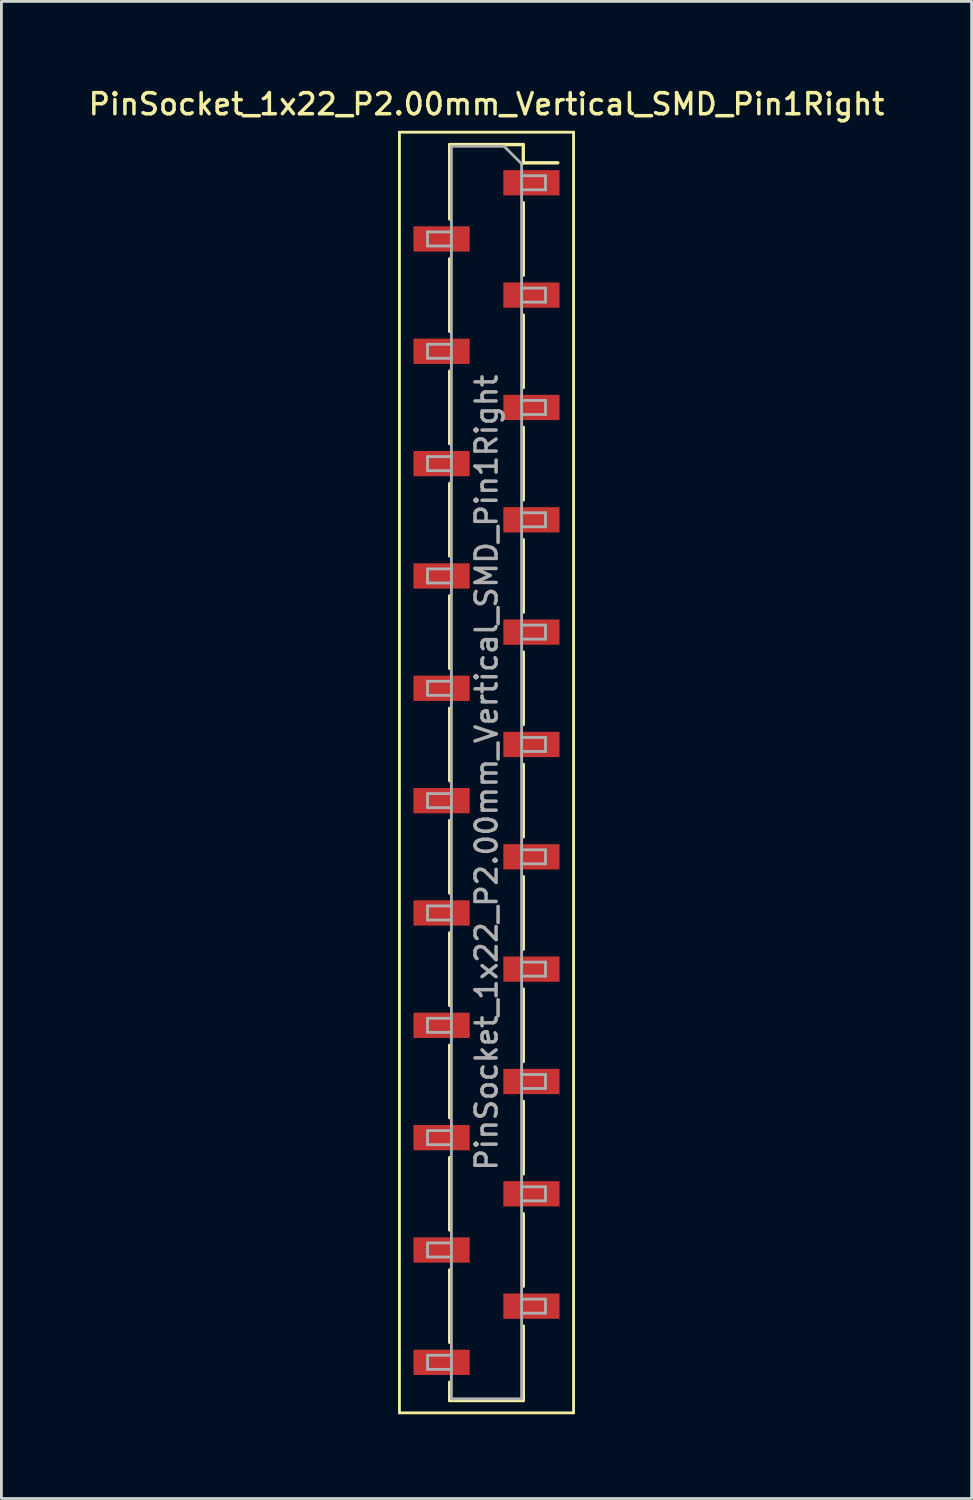
<source format=kicad_pcb>
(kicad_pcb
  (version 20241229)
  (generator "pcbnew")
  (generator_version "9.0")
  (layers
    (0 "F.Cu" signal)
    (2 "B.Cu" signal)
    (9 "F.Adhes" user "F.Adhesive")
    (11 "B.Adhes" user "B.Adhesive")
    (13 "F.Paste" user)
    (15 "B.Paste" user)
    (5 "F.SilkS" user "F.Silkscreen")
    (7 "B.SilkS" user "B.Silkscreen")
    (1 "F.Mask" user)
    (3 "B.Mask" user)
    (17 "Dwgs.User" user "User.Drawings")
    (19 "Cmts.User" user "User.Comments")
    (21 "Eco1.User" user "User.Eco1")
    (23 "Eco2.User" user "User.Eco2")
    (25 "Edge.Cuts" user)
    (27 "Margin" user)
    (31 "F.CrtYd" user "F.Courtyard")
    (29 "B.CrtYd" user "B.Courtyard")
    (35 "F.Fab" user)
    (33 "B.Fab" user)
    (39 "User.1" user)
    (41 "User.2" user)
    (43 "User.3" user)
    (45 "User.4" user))
  (footprint "PinSocket_1x22_P2.00mm_Vertical_SMD_Pin1Right"
    (layer "F.Cu")
    (at 14.273 24.458)
    (property "Reference" "PinSocket_1x22_P2.00mm_Vertical_SMD_Pin1Right" (at 0 -23.8 0) (layer "F.SilkS") (effects (font (size 0.75 0.75) (thickness 0.125))))
    (attr smd)
    (fp_line (start -3.1 -22.8) (end 3.1 -22.8) (stroke (width 0.1) (type solid)) (layer "F.SilkS"))
    (fp_line (start -3.1 22.8) (end -3.1 -22.8) (stroke (width 0.1) (type solid)) (layer "F.SilkS"))
    (fp_line (start -1.31 -22.36) (end -1.31 -19.71) (stroke (width 0.12) (type solid)) (layer "F.SilkS"))
    (fp_line (start -1.31 -22.36) (end 1.31 -22.36) (stroke (width 0.12) (type solid)) (layer "F.SilkS"))
    (fp_line (start -1.31 -18.29) (end -1.31 -15.71) (stroke (width 0.12) (type solid)) (layer "F.SilkS"))
    (fp_line (start -1.31 -14.29) (end -1.31 -11.71) (stroke (width 0.12) (type solid)) (layer "F.SilkS"))
    (fp_line (start -1.31 -10.29) (end -1.31 -7.71) (stroke (width 0.12) (type solid)) (layer "F.SilkS"))
    (fp_line (start -1.31 -6.29) (end -1.31 -3.71) (stroke (width 0.12) (type solid)) (layer "F.SilkS"))
    (fp_line (start -1.31 -2.29) (end -1.31 0.29) (stroke (width 0.12) (type solid)) (layer "F.SilkS"))
    (fp_line (start -1.31 1.71) (end -1.31 4.29) (stroke (width 0.12) (type solid)) (layer "F.SilkS"))
    (fp_line (start -1.31 5.71) (end -1.31 8.29) (stroke (width 0.12) (type solid)) (layer "F.SilkS"))
    (fp_line (start -1.31 9.71) (end -1.31 12.29) (stroke (width 0.12) (type solid)) (layer "F.SilkS"))
    (fp_line (start -1.31 13.71) (end -1.31 16.29) (stroke (width 0.12) (type solid)) (layer "F.SilkS"))
    (fp_line (start -1.31 17.71) (end -1.31 20.29) (stroke (width 0.12) (type solid)) (layer "F.SilkS"))
    (fp_line (start -1.31 21.71) (end -1.31 22.36) (stroke (width 0.12) (type solid)) (layer "F.SilkS"))
    (fp_line (start -1.31 22.36) (end 1.31 22.36) (stroke (width 0.12) (type solid)) (layer "F.SilkS"))
    (fp_line (start 1.31 -22.36) (end 1.31 -21.71) (stroke (width 0.12) (type solid)) (layer "F.SilkS"))
    (fp_line (start 1.31 -21.71) (end 2.54 -21.71) (stroke (width 0.12) (type solid)) (layer "F.SilkS"))
    (fp_line (start 1.31 -20.29) (end 1.31 -17.71) (stroke (width 0.12) (type solid)) (layer "F.SilkS"))
    (fp_line (start 1.31 -16.29) (end 1.31 -13.71) (stroke (width 0.12) (type solid)) (layer "F.SilkS"))
    (fp_line (start 1.31 -12.29) (end 1.31 -9.71) (stroke (width 0.12) (type solid)) (layer "F.SilkS"))
    (fp_line (start 1.31 -8.29) (end 1.31 -5.71) (stroke (width 0.12) (type solid)) (layer "F.SilkS"))
    (fp_line (start 1.31 -4.29) (end 1.31 -1.71) (stroke (width 0.12) (type solid)) (layer "F.SilkS"))
    (fp_line (start 1.31 -0.29) (end 1.31 2.29) (stroke (width 0.12) (type solid)) (layer "F.SilkS"))
    (fp_line (start 1.31 3.71) (end 1.31 6.29) (stroke (width 0.12) (type solid)) (layer "F.SilkS"))
    (fp_line (start 1.31 7.71) (end 1.31 10.29) (stroke (width 0.12) (type solid)) (layer "F.SilkS"))
    (fp_line (start 1.31 11.71) (end 1.31 14.29) (stroke (width 0.12) (type solid)) (layer "F.SilkS"))
    (fp_line (start 1.31 15.71) (end 1.31 18.29) (stroke (width 0.12) (type solid)) (layer "F.SilkS"))
    (fp_line (start 1.31 19.71) (end 1.31 22.36) (stroke (width 0.12) (type solid)) (layer "F.SilkS"))
    (fp_line (start 3.1 -22.8) (end 3.1 22.8) (stroke (width 0.1) (type solid)) (layer "F.SilkS"))
    (fp_line (start 3.1 22.8) (end -3.1 22.8) (stroke (width 0.1) (type solid)) (layer "F.SilkS"))
    (fp_line (start -2.1 -19.25) (end -1.25 -19.25) (stroke (width 0.1) (type solid)) (layer "F.Fab"))
    (fp_line (start -2.1 -18.75) (end -2.1 -19.25) (stroke (width 0.1) (type solid)) (layer "F.Fab"))
    (fp_line (start -2.1 -15.25) (end -1.25 -15.25) (stroke (width 0.1) (type solid)) (layer "F.Fab"))
    (fp_line (start -2.1 -14.75) (end -2.1 -15.25) (stroke (width 0.1) (type solid)) (layer "F.Fab"))
    (fp_line (start -2.1 -11.25) (end -1.25 -11.25) (stroke (width 0.1) (type solid)) (layer "F.Fab"))
    (fp_line (start -2.1 -10.75) (end -2.1 -11.25) (stroke (width 0.1) (type solid)) (layer "F.Fab"))
    (fp_line (start -2.1 -7.25) (end -1.25 -7.25) (stroke (width 0.1) (type solid)) (layer "F.Fab"))
    (fp_line (start -2.1 -6.75) (end -2.1 -7.25) (stroke (width 0.1) (type solid)) (layer "F.Fab"))
    (fp_line (start -2.1 -3.25) (end -1.25 -3.25) (stroke (width 0.1) (type solid)) (layer "F.Fab"))
    (fp_line (start -2.1 -2.75) (end -2.1 -3.25) (stroke (width 0.1) (type solid)) (layer "F.Fab"))
    (fp_line (start -2.1 0.75) (end -1.25 0.75) (stroke (width 0.1) (type solid)) (layer "F.Fab"))
    (fp_line (start -2.1 1.25) (end -2.1 0.75) (stroke (width 0.1) (type solid)) (layer "F.Fab"))
    (fp_line (start -2.1 4.75) (end -1.25 4.75) (stroke (width 0.1) (type solid)) (layer "F.Fab"))
    (fp_line (start -2.1 5.25) (end -2.1 4.75) (stroke (width 0.1) (type solid)) (layer "F.Fab"))
    (fp_line (start -2.1 8.75) (end -1.25 8.75) (stroke (width 0.1) (type solid)) (layer "F.Fab"))
    (fp_line (start -2.1 9.25) (end -2.1 8.75) (stroke (width 0.1) (type solid)) (layer "F.Fab"))
    (fp_line (start -2.1 12.75) (end -1.25 12.75) (stroke (width 0.1) (type solid)) (layer "F.Fab"))
    (fp_line (start -2.1 13.25) (end -2.1 12.75) (stroke (width 0.1) (type solid)) (layer "F.Fab"))
    (fp_line (start -2.1 16.75) (end -1.25 16.75) (stroke (width 0.1) (type solid)) (layer "F.Fab"))
    (fp_line (start -2.1 17.25) (end -2.1 16.75) (stroke (width 0.1) (type solid)) (layer "F.Fab"))
    (fp_line (start -2.1 20.75) (end -1.25 20.75) (stroke (width 0.1) (type solid)) (layer "F.Fab"))
    (fp_line (start -2.1 21.25) (end -2.1 20.75) (stroke (width 0.1) (type solid)) (layer "F.Fab"))
    (fp_line (start -1.25 -22.3) (end 0.625 -22.3) (stroke (width 0.1) (type solid)) (layer "F.Fab"))
    (fp_line (start -1.25 -18.75) (end -2.1 -18.75) (stroke (width 0.1) (type solid)) (layer "F.Fab"))
    (fp_line (start -1.25 -14.75) (end -2.1 -14.75) (stroke (width 0.1) (type solid)) (layer "F.Fab"))
    (fp_line (start -1.25 -10.75) (end -2.1 -10.75) (stroke (width 0.1) (type solid)) (layer "F.Fab"))
    (fp_line (start -1.25 -6.75) (end -2.1 -6.75) (stroke (width 0.1) (type solid)) (layer "F.Fab"))
    (fp_line (start -1.25 -2.75) (end -2.1 -2.75) (stroke (width 0.1) (type solid)) (layer "F.Fab"))
    (fp_line (start -1.25 1.25) (end -2.1 1.25) (stroke (width 0.1) (type solid)) (layer "F.Fab"))
    (fp_line (start -1.25 5.25) (end -2.1 5.25) (stroke (width 0.1) (type solid)) (layer "F.Fab"))
    (fp_line (start -1.25 9.25) (end -2.1 9.25) (stroke (width 0.1) (type solid)) (layer "F.Fab"))
    (fp_line (start -1.25 13.25) (end -2.1 13.25) (stroke (width 0.1) (type solid)) (layer "F.Fab"))
    (fp_line (start -1.25 17.25) (end -2.1 17.25) (stroke (width 0.1) (type solid)) (layer "F.Fab"))
    (fp_line (start -1.25 21.25) (end -2.1 21.25) (stroke (width 0.1) (type solid)) (layer "F.Fab"))
    (fp_line (start -1.25 22.3) (end -1.25 -22.3) (stroke (width 0.1) (type solid)) (layer "F.Fab"))
    (fp_line (start 0.625 -22.3) (end 1.25 -21.675) (stroke (width 0.1) (type solid)) (layer "F.Fab"))
    (fp_line (start 1.25 -21.675) (end 1.25 22.3) (stroke (width 0.1) (type solid)) (layer "F.Fab"))
    (fp_line (start 1.25 -21.25) (end 2.1 -21.25) (stroke (width 0.1) (type solid)) (layer "F.Fab"))
    (fp_line (start 1.25 -17.25) (end 2.1 -17.25) (stroke (width 0.1) (type solid)) (layer "F.Fab"))
    (fp_line (start 1.25 -13.25) (end 2.1 -13.25) (stroke (width 0.1) (type solid)) (layer "F.Fab"))
    (fp_line (start 1.25 -9.25) (end 2.1 -9.25) (stroke (width 0.1) (type solid)) (layer "F.Fab"))
    (fp_line (start 1.25 -5.25) (end 2.1 -5.25) (stroke (width 0.1) (type solid)) (layer "F.Fab"))
    (fp_line (start 1.25 -1.25) (end 2.1 -1.25) (stroke (width 0.1) (type solid)) (layer "F.Fab"))
    (fp_line (start 1.25 2.75) (end 2.1 2.75) (stroke (width 0.1) (type solid)) (layer "F.Fab"))
    (fp_line (start 1.25 6.75) (end 2.1 6.75) (stroke (width 0.1) (type solid)) (layer "F.Fab"))
    (fp_line (start 1.25 10.75) (end 2.1 10.75) (stroke (width 0.1) (type solid)) (layer "F.Fab"))
    (fp_line (start 1.25 14.75) (end 2.1 14.75) (stroke (width 0.1) (type solid)) (layer "F.Fab"))
    (fp_line (start 1.25 18.75) (end 2.1 18.75) (stroke (width 0.1) (type solid)) (layer "F.Fab"))
    (fp_line (start 1.25 22.3) (end -1.25 22.3) (stroke (width 0.1) (type solid)) (layer "F.Fab"))
    (fp_line (start 2.1 -21.25) (end 2.1 -20.75) (stroke (width 0.1) (type solid)) (layer "F.Fab"))
    (fp_line (start 2.1 -20.75) (end 1.25 -20.75) (stroke (width 0.1) (type solid)) (layer "F.Fab"))
    (fp_line (start 2.1 -17.25) (end 2.1 -16.75) (stroke (width 0.1) (type solid)) (layer "F.Fab"))
    (fp_line (start 2.1 -16.75) (end 1.25 -16.75) (stroke (width 0.1) (type solid)) (layer "F.Fab"))
    (fp_line (start 2.1 -13.25) (end 2.1 -12.75) (stroke (width 0.1) (type solid)) (layer "F.Fab"))
    (fp_line (start 2.1 -12.75) (end 1.25 -12.75) (stroke (width 0.1) (type solid)) (layer "F.Fab"))
    (fp_line (start 2.1 -9.25) (end 2.1 -8.75) (stroke (width 0.1) (type solid)) (layer "F.Fab"))
    (fp_line (start 2.1 -8.75) (end 1.25 -8.75) (stroke (width 0.1) (type solid)) (layer "F.Fab"))
    (fp_line (start 2.1 -5.25) (end 2.1 -4.75) (stroke (width 0.1) (type solid)) (layer "F.Fab"))
    (fp_line (start 2.1 -4.75) (end 1.25 -4.75) (stroke (width 0.1) (type solid)) (layer "F.Fab"))
    (fp_line (start 2.1 -1.25) (end 2.1 -0.75) (stroke (width 0.1) (type solid)) (layer "F.Fab"))
    (fp_line (start 2.1 -0.75) (end 1.25 -0.75) (stroke (width 0.1) (type solid)) (layer "F.Fab"))
    (fp_line (start 2.1 2.75) (end 2.1 3.25) (stroke (width 0.1) (type solid)) (layer "F.Fab"))
    (fp_line (start 2.1 3.25) (end 1.25 3.25) (stroke (width 0.1) (type solid)) (layer "F.Fab"))
    (fp_line (start 2.1 6.75) (end 2.1 7.25) (stroke (width 0.1) (type solid)) (layer "F.Fab"))
    (fp_line (start 2.1 7.25) (end 1.25 7.25) (stroke (width 0.1) (type solid)) (layer "F.Fab"))
    (fp_line (start 2.1 10.75) (end 2.1 11.25) (stroke (width 0.1) (type solid)) (layer "F.Fab"))
    (fp_line (start 2.1 11.25) (end 1.25 11.25) (stroke (width 0.1) (type solid)) (layer "F.Fab"))
    (fp_line (start 2.1 14.75) (end 2.1 15.25) (stroke (width 0.1) (type solid)) (layer "F.Fab"))
    (fp_line (start 2.1 15.25) (end 1.25 15.25) (stroke (width 0.1) (type solid)) (layer "F.Fab"))
    (fp_line (start 2.1 18.75) (end 2.1 19.25) (stroke (width 0.1) (type solid)) (layer "F.Fab"))
    (fp_line (start 2.1 19.25) (end 1.25 19.25) (stroke (width 0.1) (type solid)) (layer "F.Fab"))
    (fp_text user "${REFERENCE}" (at 0 0 90) (layer "F.Fab") (effects (font (size 0.75 0.75) (thickness 0.125))))
    (pad "1" smd rect (at 1.6 -21) (size 2 0.9) (layers "F.Cu" "F.Mask" "F.Paste"))
    (pad "2" smd rect (at -1.6 -19) (size 2 0.9) (layers "F.Cu" "F.Mask" "F.Paste"))
    (pad "3" smd rect (at 1.6 -17) (size 2 0.9) (layers "F.Cu" "F.Mask" "F.Paste"))
    (pad "4" smd rect (at -1.6 -15) (size 2 0.9) (layers "F.Cu" "F.Mask" "F.Paste"))
    (pad "5" smd rect (at 1.6 -13) (size 2 0.9) (layers "F.Cu" "F.Mask" "F.Paste"))
    (pad "6" smd rect (at -1.6 -11) (size 2 0.9) (layers "F.Cu" "F.Mask" "F.Paste"))
    (pad "7" smd rect (at 1.6 -9) (size 2 0.9) (layers "F.Cu" "F.Mask" "F.Paste"))
    (pad "8" smd rect (at -1.6 -7) (size 2 0.9) (layers "F.Cu" "F.Mask" "F.Paste"))
    (pad "9" smd rect (at 1.6 -5) (size 2 0.9) (layers "F.Cu" "F.Mask" "F.Paste"))
    (pad "10" smd rect (at -1.6 -3) (size 2 0.9) (layers "F.Cu" "F.Mask" "F.Paste"))
    (pad "11" smd rect (at 1.6 -1) (size 2 0.9) (layers "F.Cu" "F.Mask" "F.Paste"))
    (pad "12" smd rect (at -1.6 1) (size 2 0.9) (layers "F.Cu" "F.Mask" "F.Paste"))
    (pad "13" smd rect (at 1.6 3) (size 2 0.9) (layers "F.Cu" "F.Mask" "F.Paste"))
    (pad "14" smd rect (at -1.6 5) (size 2 0.9) (layers "F.Cu" "F.Mask" "F.Paste"))
    (pad "15" smd rect (at 1.6 7) (size 2 0.9) (layers "F.Cu" "F.Mask" "F.Paste"))
    (pad "16" smd rect (at -1.6 9) (size 2 0.9) (layers "F.Cu" "F.Mask" "F.Paste"))
    (pad "17" smd rect (at 1.6 11) (size 2 0.9) (layers "F.Cu" "F.Mask" "F.Paste"))
    (pad "18" smd rect (at -1.6 13) (size 2 0.9) (layers "F.Cu" "F.Mask" "F.Paste"))
    (pad "19" smd rect (at 1.6 15) (size 2 0.9) (layers "F.Cu" "F.Mask" "F.Paste"))
    (pad "20" smd rect (at -1.6 17) (size 2 0.9) (layers "F.Cu" "F.Mask" "F.Paste"))
    (pad "21" smd rect (at 1.6 19) (size 2 0.9) (layers "F.Cu" "F.Mask" "F.Paste"))
    (pad "22" smd rect (at -1.6 21) (size 2 0.9) (layers "F.Cu" "F.Mask" "F.Paste")))
  (gr_rect
    (start -3 -3)
    (end 31.546 50.308)
    (stroke (width 0.1) (type default))
    (fill no)
    (layer "Edge.Cuts")))
</source>
